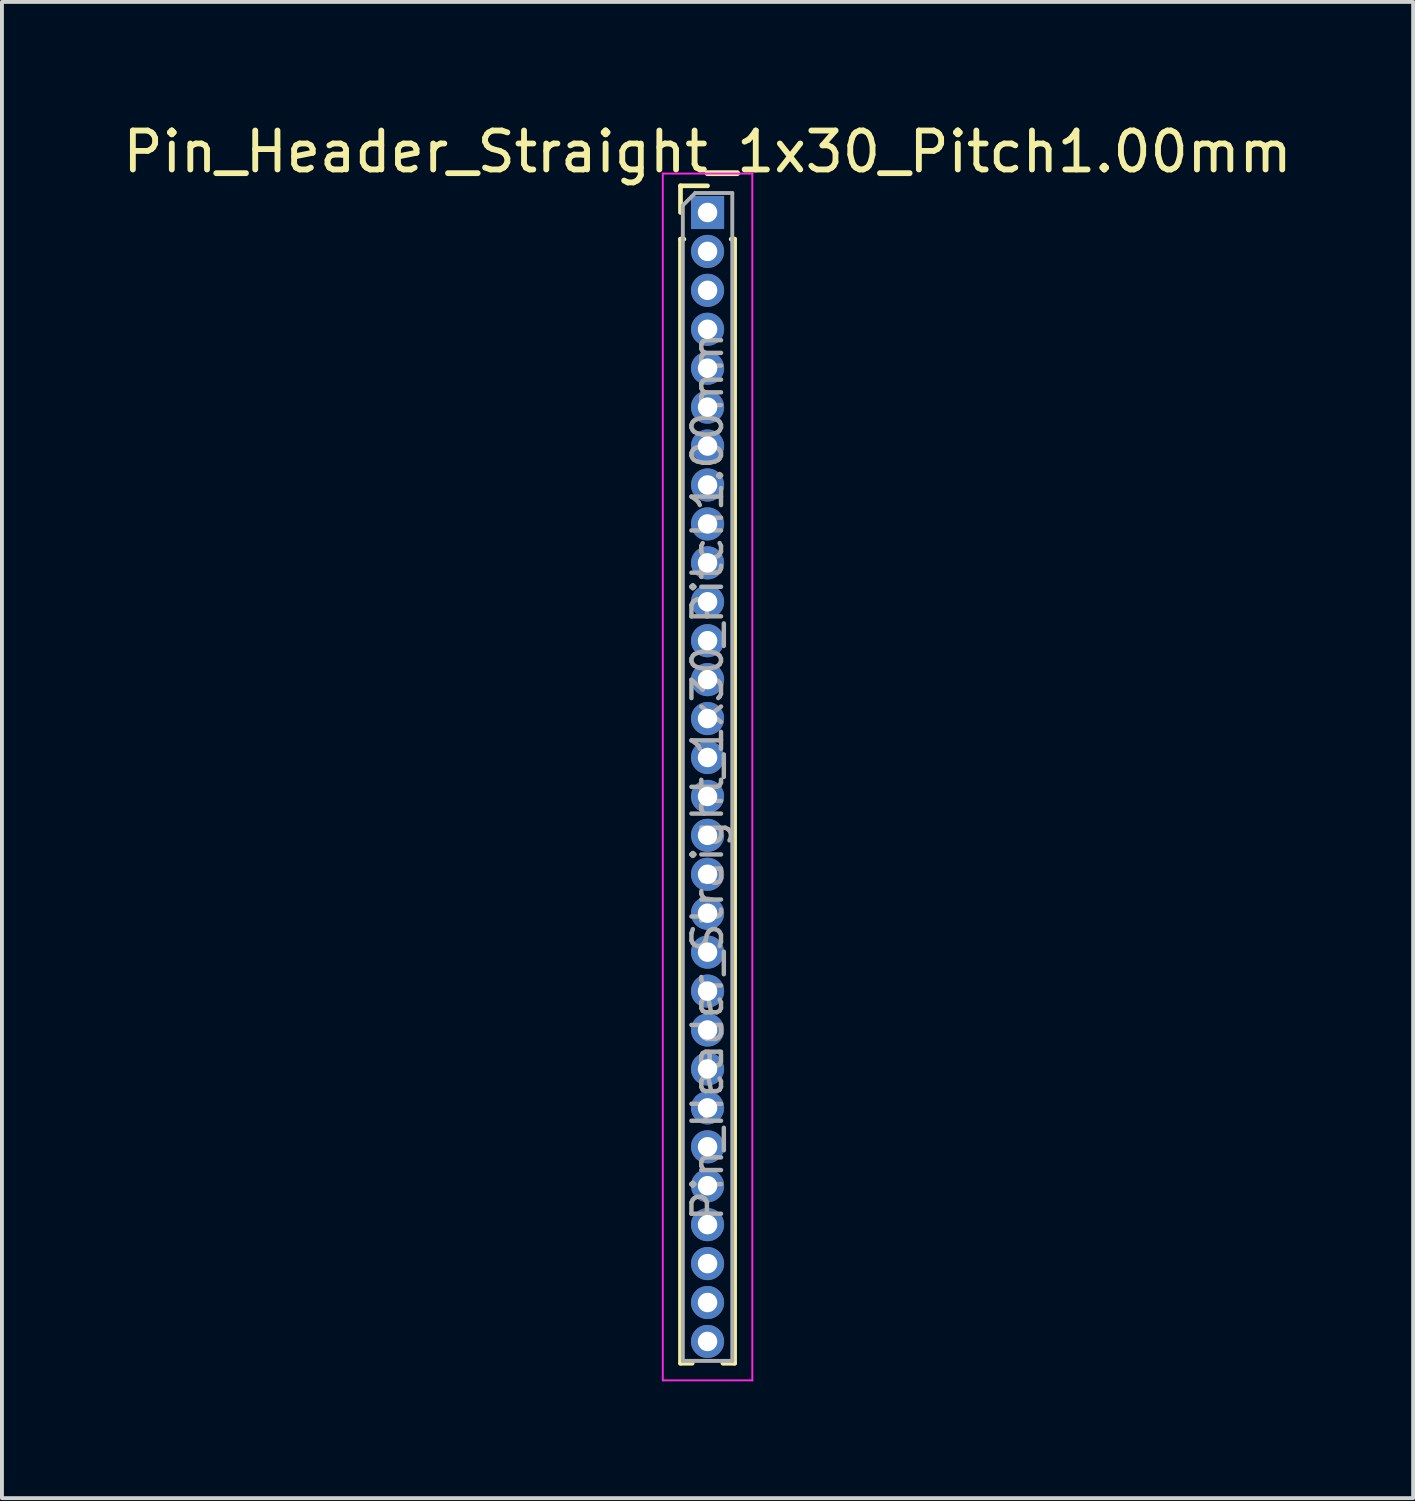
<source format=kicad_pcb>
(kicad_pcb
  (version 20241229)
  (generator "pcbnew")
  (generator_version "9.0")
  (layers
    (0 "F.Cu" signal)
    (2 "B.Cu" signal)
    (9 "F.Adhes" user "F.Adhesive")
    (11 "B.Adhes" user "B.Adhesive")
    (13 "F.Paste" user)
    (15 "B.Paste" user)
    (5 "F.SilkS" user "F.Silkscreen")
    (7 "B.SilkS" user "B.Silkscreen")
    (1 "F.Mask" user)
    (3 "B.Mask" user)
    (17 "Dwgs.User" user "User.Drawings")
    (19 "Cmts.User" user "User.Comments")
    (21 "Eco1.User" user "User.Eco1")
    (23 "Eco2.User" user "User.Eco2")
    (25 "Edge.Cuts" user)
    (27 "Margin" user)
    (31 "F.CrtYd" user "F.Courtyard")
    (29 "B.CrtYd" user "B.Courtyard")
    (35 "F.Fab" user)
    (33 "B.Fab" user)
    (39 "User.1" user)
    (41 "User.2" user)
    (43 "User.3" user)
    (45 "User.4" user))
  (footprint "Pin_Header_Straight_1x30_Pitch1.00mm"
    (layer "F.Cu")
    (at 15.125 2.408)
    (property "Reference" "Pin_Header_Straight_1x30_Pitch1.00mm" (at 0 -1.56 0) (layer "F.SilkS") (effects (font (size 1 1) (thickness 0.15))))
    (attr through_hole)
    (fp_line (start -0.695 -0.685) (end 0 -0.685) (stroke (width 0.12) (type solid)) (layer "F.SilkS"))
    (fp_line (start -0.695 0) (end -0.695 -0.685) (stroke (width 0.12) (type solid)) (layer "F.SilkS"))
    (fp_line (start -0.695 0.685) (end -0.695 29.56) (stroke (width 0.12) (type solid)) (layer "F.SilkS"))
    (fp_line (start -0.695 0.685) (end -0.608 0.685) (stroke (width 0.12) (type solid)) (layer "F.SilkS"))
    (fp_line (start -0.695 29.56) (end -0.394 29.56) (stroke (width 0.12) (type solid)) (layer "F.SilkS"))
    (fp_line (start 0.394 29.56) (end 0.695 29.56) (stroke (width 0.12) (type solid)) (layer "F.SilkS"))
    (fp_line (start 0.608 0.685) (end 0.695 0.685) (stroke (width 0.12) (type solid)) (layer "F.SilkS"))
    (fp_line (start 0.695 0.685) (end 0.695 29.56) (stroke (width 0.12) (type solid)) (layer "F.SilkS"))
    (fp_line (start -1.15 -1) (end -1.15 30) (stroke (width 0.05) (type solid)) (layer "F.CrtYd"))
    (fp_line (start -1.15 30) (end 1.15 30) (stroke (width 0.05) (type solid)) (layer "F.CrtYd"))
    (fp_line (start 1.15 -1) (end -1.15 -1) (stroke (width 0.05) (type solid)) (layer "F.CrtYd"))
    (fp_line (start 1.15 30) (end 1.15 -1) (stroke (width 0.05) (type solid)) (layer "F.CrtYd"))
    (fp_line (start -0.635 -0.182) (end -0.318 -0.5) (stroke (width 0.1) (type solid)) (layer "F.Fab"))
    (fp_line (start -0.635 29.5) (end -0.635 -0.182) (stroke (width 0.1) (type solid)) (layer "F.Fab"))
    (fp_line (start -0.318 -0.5) (end 0.635 -0.5) (stroke (width 0.1) (type solid)) (layer "F.Fab"))
    (fp_line (start 0.635 -0.5) (end 0.635 29.5) (stroke (width 0.1) (type solid)) (layer "F.Fab"))
    (fp_line (start 0.635 29.5) (end -0.635 29.5) (stroke (width 0.1) (type solid)) (layer "F.Fab"))
    (fp_text user "${REFERENCE}" (at 0 14.5 90) (layer "F.Fab") (effects (font (size 0.76 0.76) (thickness 0.114))))
    (pad "1" thru_hole rect (at 0 0) (size 0.85 0.85) (drill 0.5) (layers "*.Cu" "*.Mask"))
    (pad "2" thru_hole oval (at 0 1) (size 0.85 0.85) (drill 0.5) (layers "*.Cu" "*.Mask"))
    (pad "3" thru_hole oval (at 0 2) (size 0.85 0.85) (drill 0.5) (layers "*.Cu" "*.Mask"))
    (pad "4" thru_hole oval (at 0 3) (size 0.85 0.85) (drill 0.5) (layers "*.Cu" "*.Mask"))
    (pad "5" thru_hole oval (at 0 4) (size 0.85 0.85) (drill 0.5) (layers "*.Cu" "*.Mask"))
    (pad "6" thru_hole oval (at 0 5) (size 0.85 0.85) (drill 0.5) (layers "*.Cu" "*.Mask"))
    (pad "7" thru_hole oval (at 0 6) (size 0.85 0.85) (drill 0.5) (layers "*.Cu" "*.Mask"))
    (pad "8" thru_hole oval (at 0 7) (size 0.85 0.85) (drill 0.5) (layers "*.Cu" "*.Mask"))
    (pad "9" thru_hole oval (at 0 8) (size 0.85 0.85) (drill 0.5) (layers "*.Cu" "*.Mask"))
    (pad "10" thru_hole oval (at 0 9) (size 0.85 0.85) (drill 0.5) (layers "*.Cu" "*.Mask"))
    (pad "11" thru_hole oval (at 0 10) (size 0.85 0.85) (drill 0.5) (layers "*.Cu" "*.Mask"))
    (pad "12" thru_hole oval (at 0 11) (size 0.85 0.85) (drill 0.5) (layers "*.Cu" "*.Mask"))
    (pad "13" thru_hole oval (at 0 12) (size 0.85 0.85) (drill 0.5) (layers "*.Cu" "*.Mask"))
    (pad "14" thru_hole oval (at 0 13) (size 0.85 0.85) (drill 0.5) (layers "*.Cu" "*.Mask"))
    (pad "15" thru_hole oval (at 0 14) (size 0.85 0.85) (drill 0.5) (layers "*.Cu" "*.Mask"))
    (pad "16" thru_hole oval (at 0 15) (size 0.85 0.85) (drill 0.5) (layers "*.Cu" "*.Mask"))
    (pad "17" thru_hole oval (at 0 16) (size 0.85 0.85) (drill 0.5) (layers "*.Cu" "*.Mask"))
    (pad "18" thru_hole oval (at 0 17) (size 0.85 0.85) (drill 0.5) (layers "*.Cu" "*.Mask"))
    (pad "19" thru_hole oval (at 0 18) (size 0.85 0.85) (drill 0.5) (layers "*.Cu" "*.Mask"))
    (pad "20" thru_hole oval (at 0 19) (size 0.85 0.85) (drill 0.5) (layers "*.Cu" "*.Mask"))
    (pad "21" thru_hole oval (at 0 20) (size 0.85 0.85) (drill 0.5) (layers "*.Cu" "*.Mask"))
    (pad "22" thru_hole oval (at 0 21) (size 0.85 0.85) (drill 0.5) (layers "*.Cu" "*.Mask"))
    (pad "23" thru_hole oval (at 0 22) (size 0.85 0.85) (drill 0.5) (layers "*.Cu" "*.Mask"))
    (pad "24" thru_hole oval (at 0 23) (size 0.85 0.85) (drill 0.5) (layers "*.Cu" "*.Mask"))
    (pad "25" thru_hole oval (at 0 24) (size 0.85 0.85) (drill 0.5) (layers "*.Cu" "*.Mask"))
    (pad "26" thru_hole oval (at 0 25) (size 0.85 0.85) (drill 0.5) (layers "*.Cu" "*.Mask"))
    (pad "27" thru_hole oval (at 0 26) (size 0.85 0.85) (drill 0.5) (layers "*.Cu" "*.Mask"))
    (pad "28" thru_hole oval (at 0 27) (size 0.85 0.85) (drill 0.5) (layers "*.Cu" "*.Mask"))
    (pad "29" thru_hole oval (at 0 28) (size 0.85 0.85) (drill 0.5) (layers "*.Cu" "*.Mask"))
    (pad "30" thru_hole oval (at 0 29) (size 0.85 0.85) (drill 0.5) (layers "*.Cu" "*.Mask")))
  (gr_rect
    (start -3 -3)
    (end 33.25 35.433)
    (stroke (width 0.1) (type default))
    (fill no)
    (layer "Edge.Cuts")))
</source>
